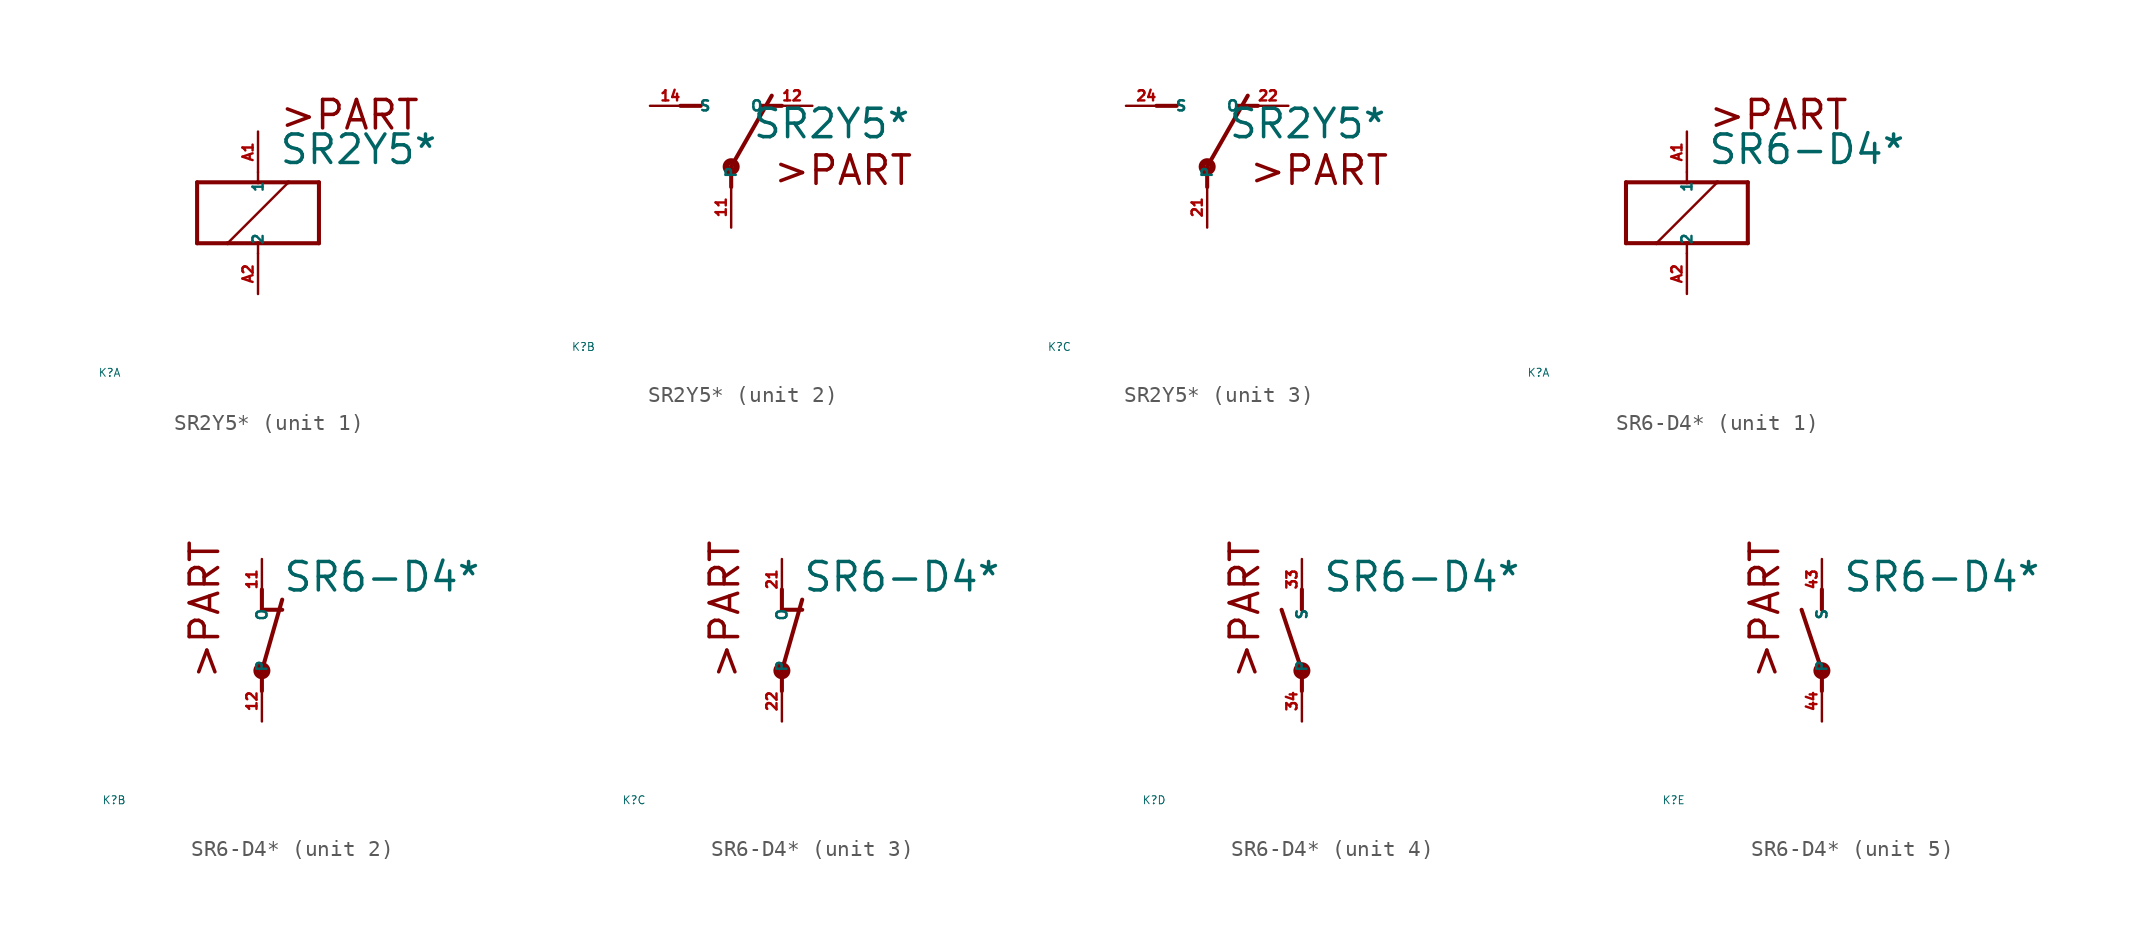
<source format=kicad_sym>
(kicad_symbol_lib
  (version 20220914)
  (generator Eagle2Kicad)
  (symbol "SR2Y5*"
    (property "Reference" "K"
      (at -10 -10 0)
      (effects (font (size 0.5 0.5) (thickness 0.06)) (justify left)))
    (property "Value" "SR2Y5*"
      (at 1.27 2.921 0)
      (effects (font (size 1.778 1.778) (thickness 0.22)) (justify left bottom)))
    (symbol "SR2Y5*_1_0"
      (polyline (pts (xy -3.81 -1.905) (xy -1.905 -1.905)) (stroke (width 0.254) (type default)) (fill (type none)))
      (polyline (pts (xy 3.81 -1.905) (xy 3.81 1.905)) (stroke (width 0.254) (type default)) (fill (type none)))
      (polyline (pts (xy 3.81 1.905) (xy 1.905 1.905)) (stroke (width 0.254) (type default)) (fill (type none)))
      (polyline (pts (xy -3.81 1.905) (xy -3.81 -1.905)) (stroke (width 0.254) (type default)) (fill (type none)))
      (polyline (pts (xy 0 -2.54) (xy 0 -1.905)) (stroke (width 0.152) (type default)) (fill (type none)))
      (polyline (pts (xy 0 -1.905) (xy 3.81 -1.905)) (stroke (width 0.254) (type default)) (fill (type none)))
      (polyline (pts (xy 0 2.54) (xy 0 1.905)) (stroke (width 0.152) (type default)) (fill (type none)))
      (polyline (pts (xy 0 1.905) (xy -3.81 1.905)) (stroke (width 0.254) (type default)) (fill (type none)))
      (polyline (pts (xy -1.905 -1.905) (xy 1.905 1.905)) (stroke (width 0.152) (type default)) (fill (type none)))
      (polyline (pts (xy -1.905 -1.905) (xy 0 -1.905)) (stroke (width 0.254) (type default)) (fill (type none)))
      (polyline (pts (xy 1.905 1.905) (xy 0 1.905)) (stroke (width 0.254) (type default)) (fill (type none)))
      (text ">PART" (at 1.27 5.08 0) (effects (font (size 1.778 1.778) (thickness 0.22)) (justify left bottom)))
      (pin passive line (at 0 -5.08 90) (length 2.54) (name "2" (effects (font (size 0.635 0.635) (thickness 0.08)) (justify left bottom))) (number "A2" (effects (font (size 0.635 0.635) (thickness 0.08)) (justify left bottom))))
      (pin passive line (at 0 5.08 270) (length 2.54) (name "1" (effects (font (size 0.635 0.635) (thickness 0.08)) (justify left bottom))) (number "A1" (effects (font (size 0.635 0.635) (thickness 0.08)) (justify left bottom)))))
    (symbol "SR2Y5*_2_0"
      (polyline (pts (xy 3.175 5.08) (xy 1.905 5.08)) (stroke (width 0.254) (type default)) (fill (type none)))
      (polyline (pts (xy -3.175 5.08) (xy -1.905 5.08)) (stroke (width 0.254) (type default)) (fill (type none)))
      (polyline (pts (xy 0 1.27) (xy 2.54 5.715)) (stroke (width 0.254) (type default)) (fill (type none)))
      (polyline (pts (xy 0 1.27) (xy 0 0)) (stroke (width 0.254) (type default)) (fill (type none)))
      (text ">PART" (at 2.54 0 0) (effects (font (size 1.778 1.778) (thickness 0.22)) (justify left bottom)))
      (circle (center 0 1.27) (radius 0.127) (stroke (width 0.406) (type default)) (fill (type none)))
      (pin passive line (at 5.08 5.08 180) (length 2.54) (name "O" (effects (font (size 0.635 0.635) (thickness 0.08)) (justify left bottom))) (number "12" (effects (font (size 0.635 0.635) (thickness 0.08)) (justify left bottom))))
      (pin passive line (at -5.08 5.08 0) (length 2.54) (name "S" (effects (font (size 0.635 0.635) (thickness 0.08)) (justify left bottom))) (number "14" (effects (font (size 0.635 0.635) (thickness 0.08)) (justify left bottom))))
      (pin passive line (at 0 -2.54 90) (length 2.54) (name "P" (effects (font (size 0.635 0.635) (thickness 0.08)) (justify left bottom))) (number "11" (effects (font (size 0.635 0.635) (thickness 0.08)) (justify left bottom)))))
    (symbol "SR2Y5*_3_0"
      (polyline (pts (xy 3.175 5.08) (xy 1.905 5.08)) (stroke (width 0.254) (type default)) (fill (type none)))
      (polyline (pts (xy -3.175 5.08) (xy -1.905 5.08)) (stroke (width 0.254) (type default)) (fill (type none)))
      (polyline (pts (xy 0 1.27) (xy 2.54 5.715)) (stroke (width 0.254) (type default)) (fill (type none)))
      (polyline (pts (xy 0 1.27) (xy 0 0)) (stroke (width 0.254) (type default)) (fill (type none)))
      (text ">PART" (at 2.54 0 0) (effects (font (size 1.778 1.778) (thickness 0.22)) (justify left bottom)))
      (circle (center 0 1.27) (radius 0.127) (stroke (width 0.406) (type default)) (fill (type none)))
      (pin passive line (at 5.08 5.08 180) (length 2.54) (name "O" (effects (font (size 0.635 0.635) (thickness 0.08)) (justify left bottom))) (number "22" (effects (font (size 0.635 0.635) (thickness 0.08)) (justify left bottom))))
      (pin passive line (at -5.08 5.08 0) (length 2.54) (name "S" (effects (font (size 0.635 0.635) (thickness 0.08)) (justify left bottom))) (number "24" (effects (font (size 0.635 0.635) (thickness 0.08)) (justify left bottom))))
      (pin passive line (at 0 -2.54 90) (length 2.54) (name "P" (effects (font (size 0.635 0.635) (thickness 0.08)) (justify left bottom))) (number "21" (effects (font (size 0.635 0.635) (thickness 0.08)) (justify left bottom))))))
  (symbol "SR6-D4*"
    (property "Reference" "K"
      (at -10 -10 0)
      (effects (font (size 0.5 0.5) (thickness 0.06)) (justify left)))
    (property "Value" "SR6-D4*"
      (at 1.27 2.921 0)
      (effects (font (size 1.778 1.778) (thickness 0.22)) (justify left bottom)))
    (symbol "SR6-D4*_1_0"
      (polyline (pts (xy -3.81 -1.905) (xy -1.905 -1.905)) (stroke (width 0.254) (type default)) (fill (type none)))
      (polyline (pts (xy 3.81 -1.905) (xy 3.81 1.905)) (stroke (width 0.254) (type default)) (fill (type none)))
      (polyline (pts (xy 3.81 1.905) (xy 1.905 1.905)) (stroke (width 0.254) (type default)) (fill (type none)))
      (polyline (pts (xy -3.81 1.905) (xy -3.81 -1.905)) (stroke (width 0.254) (type default)) (fill (type none)))
      (polyline (pts (xy 0 -2.54) (xy 0 -1.905)) (stroke (width 0.152) (type default)) (fill (type none)))
      (polyline (pts (xy 0 -1.905) (xy 3.81 -1.905)) (stroke (width 0.254) (type default)) (fill (type none)))
      (polyline (pts (xy 0 2.54) (xy 0 1.905)) (stroke (width 0.152) (type default)) (fill (type none)))
      (polyline (pts (xy 0 1.905) (xy -3.81 1.905)) (stroke (width 0.254) (type default)) (fill (type none)))
      (polyline (pts (xy -1.905 -1.905) (xy 1.905 1.905)) (stroke (width 0.152) (type default)) (fill (type none)))
      (polyline (pts (xy -1.905 -1.905) (xy 0 -1.905)) (stroke (width 0.254) (type default)) (fill (type none)))
      (polyline (pts (xy 1.905 1.905) (xy 0 1.905)) (stroke (width 0.254) (type default)) (fill (type none)))
      (text ">PART" (at 1.27 5.08 0) (effects (font (size 1.778 1.778) (thickness 0.22)) (justify left bottom)))
      (pin passive line (at 0 -5.08 90) (length 2.54) (name "2" (effects (font (size 0.635 0.635) (thickness 0.08)) (justify left bottom))) (number "A2" (effects (font (size 0.635 0.635) (thickness 0.08)) (justify left bottom))))
      (pin passive line (at 0 5.08 270) (length 2.54) (name "1" (effects (font (size 0.635 0.635) (thickness 0.08)) (justify left bottom))) (number "A1" (effects (font (size 0.635 0.635) (thickness 0.08)) (justify left bottom)))))
    (symbol "SR6-D4*_2_0"
      (polyline (pts (xy 0 -1.905) (xy 1.27 2.54)) (stroke (width 0.254) (type default)) (fill (type none)))
      (polyline (pts (xy 1.27 1.905) (xy 0 1.905)) (stroke (width 0.254) (type default)) (fill (type none)))
      (polyline (pts (xy 0 1.905) (xy 0 3.175)) (stroke (width 0.254) (type default)) (fill (type none)))
      (polyline (pts (xy 0 -3.175) (xy 0 -1.905)) (stroke (width 0.254) (type default)) (fill (type none)))
      (text ">PART" (at -2.54 -2.54 900) (effects (font (size 1.778 1.778) (thickness 0.22)) (justify left bottom)))
      (circle (center 0 -1.905) (radius 0.127) (stroke (width 0.406) (type default)) (fill (type none)))
      (pin passive line (at 0 -5.08 90) (length 2.54) (name "P" (effects (font (size 0.635 0.635) (thickness 0.08)) (justify left bottom))) (number "12" (effects (font (size 0.635 0.635) (thickness 0.08)) (justify left bottom))))
      (pin passive line (at 0 5.08 270) (length 2.54) (name "O" (effects (font (size 0.635 0.635) (thickness 0.08)) (justify left bottom))) (number "11" (effects (font (size 0.635 0.635) (thickness 0.08)) (justify left bottom)))))
    (symbol "SR6-D4*_3_0"
      (polyline (pts (xy 0 -1.905) (xy 1.27 2.54)) (stroke (width 0.254) (type default)) (fill (type none)))
      (polyline (pts (xy 1.27 1.905) (xy 0 1.905)) (stroke (width 0.254) (type default)) (fill (type none)))
      (polyline (pts (xy 0 1.905) (xy 0 3.175)) (stroke (width 0.254) (type default)) (fill (type none)))
      (polyline (pts (xy 0 -3.175) (xy 0 -1.905)) (stroke (width 0.254) (type default)) (fill (type none)))
      (text ">PART" (at -2.54 -2.54 900) (effects (font (size 1.778 1.778) (thickness 0.22)) (justify left bottom)))
      (circle (center 0 -1.905) (radius 0.127) (stroke (width 0.406) (type default)) (fill (type none)))
      (pin passive line (at 0 -5.08 90) (length 2.54) (name "P" (effects (font (size 0.635 0.635) (thickness 0.08)) (justify left bottom))) (number "22" (effects (font (size 0.635 0.635) (thickness 0.08)) (justify left bottom))))
      (pin passive line (at 0 5.08 270) (length 2.54) (name "O" (effects (font (size 0.635 0.635) (thickness 0.08)) (justify left bottom))) (number "21" (effects (font (size 0.635 0.635) (thickness 0.08)) (justify left bottom)))))
    (symbol "SR6-D4*_4_0"
      (polyline (pts (xy 0 3.175) (xy 0 1.905)) (stroke (width 0.254) (type default)) (fill (type none)))
      (polyline (pts (xy 0 -3.175) (xy 0 -1.905)) (stroke (width 0.254) (type default)) (fill (type none)))
      (polyline (pts (xy 0 -1.905) (xy -1.27 1.905)) (stroke (width 0.254) (type default)) (fill (type none)))
      (text ">PART" (at -2.54 -2.54 900) (effects (font (size 1.778 1.778) (thickness 0.22)) (justify left bottom)))
      (circle (center 0 -1.905) (radius 0.127) (stroke (width 0.406) (type default)) (fill (type none)))
      (pin passive line (at 0 -5.08 90) (length 2.54) (name "P" (effects (font (size 0.635 0.635) (thickness 0.08)) (justify left bottom))) (number "34" (effects (font (size 0.635 0.635) (thickness 0.08)) (justify left bottom))))
      (pin passive line (at 0 5.08 270) (length 2.54) (name "S" (effects (font (size 0.635 0.635) (thickness 0.08)) (justify left bottom))) (number "33" (effects (font (size 0.635 0.635) (thickness 0.08)) (justify left bottom)))))
    (symbol "SR6-D4*_5_0"
      (polyline (pts (xy 0 3.175) (xy 0 1.905)) (stroke (width 0.254) (type default)) (fill (type none)))
      (polyline (pts (xy 0 -3.175) (xy 0 -1.905)) (stroke (width 0.254) (type default)) (fill (type none)))
      (polyline (pts (xy 0 -1.905) (xy -1.27 1.905)) (stroke (width 0.254) (type default)) (fill (type none)))
      (text ">PART" (at -2.54 -2.54 900) (effects (font (size 1.778 1.778) (thickness 0.22)) (justify left bottom)))
      (circle (center 0 -1.905) (radius 0.127) (stroke (width 0.406) (type default)) (fill (type none)))
      (pin passive line (at 0 -5.08 90) (length 2.54) (name "P" (effects (font (size 0.635 0.635) (thickness 0.08)) (justify left bottom))) (number "44" (effects (font (size 0.635 0.635) (thickness 0.08)) (justify left bottom))))
      (pin passive line (at 0 5.08 270) (length 2.54) (name "S" (effects (font (size 0.635 0.635) (thickness 0.08)) (justify left bottom))) (number "43" (effects (font (size 0.635 0.635) (thickness 0.08)) (justify left bottom)))))))
</source>
